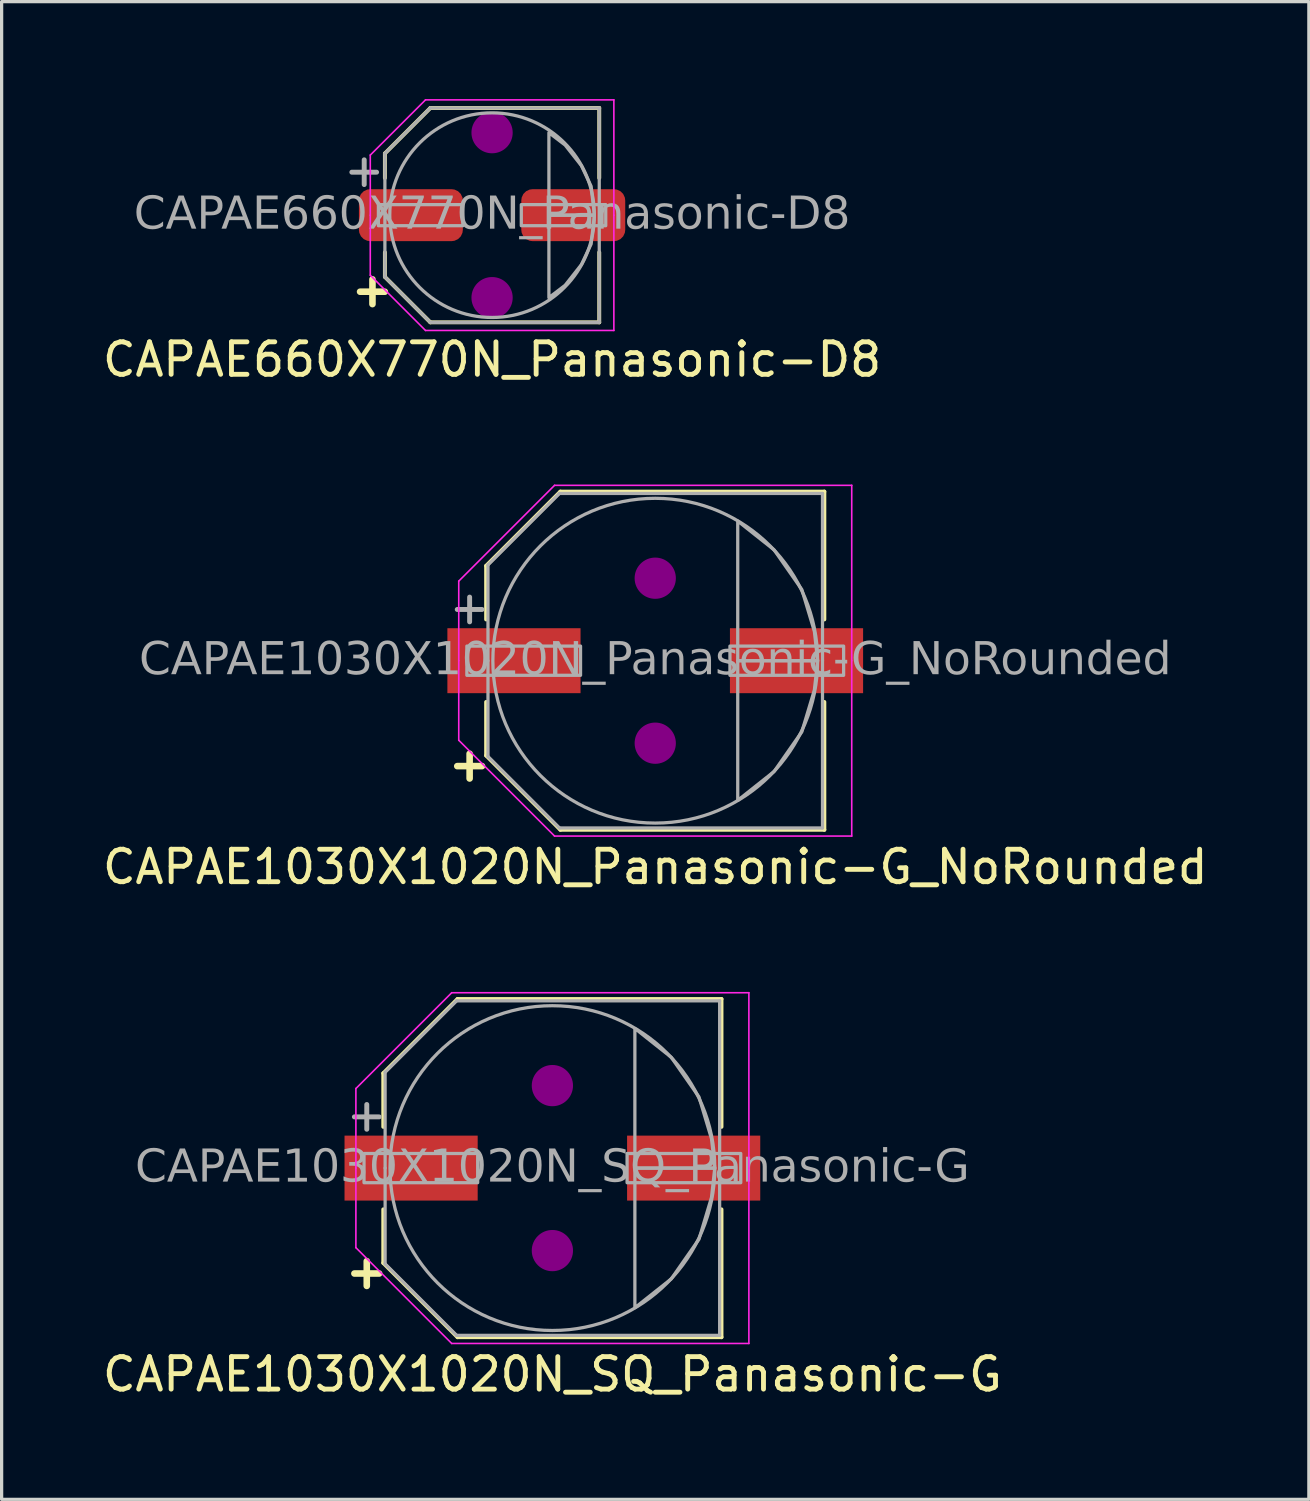
<source format=kicad_pcb>
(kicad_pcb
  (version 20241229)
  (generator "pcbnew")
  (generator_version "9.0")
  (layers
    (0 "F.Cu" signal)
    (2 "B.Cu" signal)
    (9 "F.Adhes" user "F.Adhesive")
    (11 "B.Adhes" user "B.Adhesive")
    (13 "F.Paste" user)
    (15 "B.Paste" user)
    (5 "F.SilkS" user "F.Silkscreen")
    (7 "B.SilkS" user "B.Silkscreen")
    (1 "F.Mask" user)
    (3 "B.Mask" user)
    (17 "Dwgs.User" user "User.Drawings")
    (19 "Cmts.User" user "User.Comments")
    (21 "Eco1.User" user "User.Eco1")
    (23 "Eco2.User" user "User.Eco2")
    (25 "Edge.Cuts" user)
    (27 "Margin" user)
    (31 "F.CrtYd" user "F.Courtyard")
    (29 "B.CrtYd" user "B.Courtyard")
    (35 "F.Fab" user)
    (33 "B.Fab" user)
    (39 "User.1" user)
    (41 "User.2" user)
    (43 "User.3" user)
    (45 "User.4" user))
  (footprint "CAPAE1030X1020N_Panasonic-G_NoRounded"
    (layer "F.Cu")
    (at 17.125 17.293)
    (property "Reference" "CAPAE1030X1020N_Panasonic-G_NoRounded" (at 0 6.35 0) (layer "F.SilkS") (effects (font (size 1 1) (thickness 0.15))))
    (attr smd)
    (fp_line (start -5.207 -2.921) (end -2.921 -5.207) (stroke (width 0.12) (type default)) (layer "F.SilkS"))
    (fp_line (start -5.207 -1.27) (end -5.207 -2.921) (stroke (width 0.12) (type default)) (layer "F.SilkS"))
    (fp_line (start -5.207 1.27) (end -5.207 2.921) (stroke (width 0.12) (type default)) (layer "F.SilkS"))
    (fp_line (start -5.207 2.921) (end -2.921 5.207) (stroke (width 0.12) (type default)) (layer "F.SilkS"))
    (fp_line (start -2.921 -5.207) (end 5.207 -5.207) (stroke (width 0.12) (type solid)) (layer "F.SilkS"))
    (fp_line (start -2.921 5.207) (end 5.207 5.207) (stroke (width 0.12) (type solid)) (layer "F.SilkS"))
    (fp_line (start 5.207 -1.27) (end 5.207 -5.207) (stroke (width 0.12) (type solid)) (layer "F.SilkS"))
    (fp_line (start 5.207 1.27) (end 5.207 5.207) (stroke (width 0.12) (type solid)) (layer "F.SilkS"))
    (fp_circle (center 0 -2.54) (end 0.635 -2.54) (stroke (width 0) (type solid)) (fill yes) (layer "F.Adhes"))
    (fp_circle (center 0 2.54) (end 0.635 2.54) (stroke (width 0) (type solid)) (fill yes) (layer "F.Adhes"))
    (fp_line (start -6.05 -2.45) (end -6.05 0) (stroke (width 0.05) (type solid)) (layer "F.CrtYd"))
    (fp_line (start -6.05 2.45) (end -6.05 0) (stroke (width 0.05) (type solid)) (layer "F.CrtYd"))
    (fp_line (start -3.1 -5.4) (end -6.05 -2.45) (stroke (width 0.05) (type default)) (layer "F.CrtYd"))
    (fp_line (start -3.1 -5.4) (end 6.05 -5.4) (stroke (width 0.05) (type solid)) (layer "F.CrtYd"))
    (fp_line (start -3.1 5.4) (end -6.05 2.45) (stroke (width 0.05) (type default)) (layer "F.CrtYd"))
    (fp_line (start -3.1 5.4) (end 6.05 5.4) (stroke (width 0.05) (type solid)) (layer "F.CrtYd"))
    (fp_line (start 6.05 -5.4) (end 6.05 0) (stroke (width 0.05) (type solid)) (layer "F.CrtYd"))
    (fp_line (start 6.05 5.4) (end 6.05 0) (stroke (width 0.05) (type solid)) (layer "F.CrtYd"))
    (fp_line (start -5.15 -2.95) (end -5.15 0) (stroke (width 0.1) (type solid)) (layer "F.Fab"))
    (fp_line (start -5.15 2.95) (end -5.15 0) (stroke (width 0.1) (type solid)) (layer "F.Fab"))
    (fp_line (start -2.95 -5.15) (end -5.15 -2.95) (stroke (width 0.1) (type solid)) (layer "F.Fab"))
    (fp_line (start -2.95 -5.15) (end 5.15 -5.15) (stroke (width 0.1) (type solid)) (layer "F.Fab"))
    (fp_line (start -2.95 5.15) (end -5.15 2.95) (stroke (width 0.1) (type solid)) (layer "F.Fab"))
    (fp_line (start -2.95 5.15) (end 5.15 5.15) (stroke (width 0.1) (type solid)) (layer "F.Fab"))
    (fp_line (start 5.15 -5.15) (end 5.15 0) (stroke (width 0.1) (type solid)) (layer "F.Fab"))
    (fp_line (start 5.15 5.15) (end 5.15 0) (stroke (width 0.1) (type solid)) (layer "F.Fab"))
    (fp_rect (start -5.8 0.45) (end -2.3 -0.45) (stroke (width 0.1) (type solid)) (fill no) (layer "F.Fab"))
    (fp_rect (start 2.3 0.45) (end 5.8 -0.45) (stroke (width 0.1) (type solid)) (fill no) (layer "F.Fab"))
    (fp_circle (center 0 0) (end 5 0) (stroke (width 0.1) (type default)) (fill no) (layer "F.Fab"))
    (fp_poly (pts (xy 2.54 -4.3) (xy 3.66 -3.412) (xy 4.513 -2.191) (xy 4.9 -0.9) (xy 5 0) (xy 2.54 0)) (stroke (width 0.1) (type solid)) (fill no) (layer "F.Fab"))
    (fp_poly (pts (xy 2.54 4.3) (xy 3.66 3.412) (xy 4.513 2.191) (xy 4.9 0.9) (xy 5 0) (xy 2.54 0)) (stroke (width 0.1) (type solid)) (fill no) (layer "F.Fab"))
    (fp_text user "+" (at -5.715 3.175 0) (unlocked yes) (layer "F.SilkS") (effects (font (size 1 1) (thickness 0.203) (bold yes))))
    (fp_text user "${REFERENCE}" (at 0 0 0) (layer "F.Fab") (effects (font (face "Tahoma") (size 1 1) (thickness 0.15))))
    (fp_text user "+" (at -5.715 -1.651 0) (unlocked yes) (layer "F.Fab") (effects (font (size 1 1) (thickness 0.152))))
    (pad "1" smd rect (at -4.35 0) (size 4.1 2) (layers "F.Cu" "F.Mask" "F.Paste"))
    (pad "2" smd rect (at 4.35 0) (size 4.1 2) (layers "F.Cu" "F.Mask" "F.Paste")))
  (footprint "CAPAE1030X1020N_SQ_Panasonic-G"
    (layer "F.Cu")
    (at 13.958 32.916)
    (property "Reference" "CAPAE1030X1020N_SQ_Panasonic-G" (at 0 6.35 0) (layer "F.SilkS") (effects (font (size 1 1) (thickness 0.15))))
    (attr smd)
    (fp_line (start -5.207 -2.921) (end -2.921 -5.207) (stroke (width 0.12) (type default)) (layer "F.SilkS"))
    (fp_line (start -5.207 -1.27) (end -5.207 -2.921) (stroke (width 0.12) (type default)) (layer "F.SilkS"))
    (fp_line (start -5.207 1.27) (end -5.207 2.921) (stroke (width 0.12) (type default)) (layer "F.SilkS"))
    (fp_line (start -5.207 2.921) (end -2.921 5.207) (stroke (width 0.12) (type default)) (layer "F.SilkS"))
    (fp_line (start -2.921 -5.207) (end 5.207 -5.207) (stroke (width 0.12) (type solid)) (layer "F.SilkS"))
    (fp_line (start -2.921 5.207) (end 5.207 5.207) (stroke (width 0.12) (type solid)) (layer "F.SilkS"))
    (fp_line (start 5.207 -1.27) (end 5.207 -5.207) (stroke (width 0.12) (type solid)) (layer "F.SilkS"))
    (fp_line (start 5.207 1.27) (end 5.207 5.207) (stroke (width 0.12) (type solid)) (layer "F.SilkS"))
    (fp_circle (center 0 -2.54) (end 0.635 -2.54) (stroke (width 0) (type solid)) (fill yes) (layer "F.Adhes"))
    (fp_circle (center 0 2.54) (end 0.635 2.54) (stroke (width 0) (type solid)) (fill yes) (layer "F.Adhes"))
    (fp_line (start -6.05 -2.45) (end -6.05 0) (stroke (width 0.05) (type solid)) (layer "F.CrtYd"))
    (fp_line (start -6.05 2.45) (end -6.05 0) (stroke (width 0.05) (type solid)) (layer "F.CrtYd"))
    (fp_line (start -3.1 -5.4) (end -6.05 -2.45) (stroke (width 0.05) (type default)) (layer "F.CrtYd"))
    (fp_line (start -3.1 -5.4) (end 6.05 -5.4) (stroke (width 0.05) (type solid)) (layer "F.CrtYd"))
    (fp_line (start -3.1 5.4) (end -6.05 2.45) (stroke (width 0.05) (type default)) (layer "F.CrtYd"))
    (fp_line (start -3.1 5.4) (end 6.05 5.4) (stroke (width 0.05) (type solid)) (layer "F.CrtYd"))
    (fp_line (start 6.05 -5.4) (end 6.05 0) (stroke (width 0.05) (type solid)) (layer "F.CrtYd"))
    (fp_line (start 6.05 5.4) (end 6.05 0) (stroke (width 0.05) (type solid)) (layer "F.CrtYd"))
    (fp_line (start -5.15 -2.95) (end -5.15 0) (stroke (width 0.1) (type solid)) (layer "F.Fab"))
    (fp_line (start -5.15 2.95) (end -5.15 0) (stroke (width 0.1) (type solid)) (layer "F.Fab"))
    (fp_line (start -2.95 -5.15) (end -5.15 -2.95) (stroke (width 0.1) (type solid)) (layer "F.Fab"))
    (fp_line (start -2.95 -5.15) (end 5.15 -5.15) (stroke (width 0.1) (type solid)) (layer "F.Fab"))
    (fp_line (start -2.95 5.15) (end -5.15 2.95) (stroke (width 0.1) (type solid)) (layer "F.Fab"))
    (fp_line (start -2.95 5.15) (end 5.15 5.15) (stroke (width 0.1) (type solid)) (layer "F.Fab"))
    (fp_line (start 5.15 -5.15) (end 5.15 0) (stroke (width 0.1) (type solid)) (layer "F.Fab"))
    (fp_line (start 5.15 5.15) (end 5.15 0) (stroke (width 0.1) (type solid)) (layer "F.Fab"))
    (fp_rect (start -5.8 0.45) (end -2.3 -0.45) (stroke (width 0.1) (type solid)) (fill no) (layer "F.Fab"))
    (fp_rect (start 2.3 0.45) (end 5.8 -0.45) (stroke (width 0.1) (type solid)) (fill no) (layer "F.Fab"))
    (fp_circle (center 0 0) (end 5 0) (stroke (width 0.1) (type default)) (fill no) (layer "F.Fab"))
    (fp_poly (pts (xy 2.54 -4.3) (xy 3.66 -3.412) (xy 4.513 -2.191) (xy 4.9 -0.9) (xy 5 0) (xy 2.54 0)) (stroke (width 0.1) (type solid)) (fill no) (layer "F.Fab"))
    (fp_poly (pts (xy 2.54 4.3) (xy 3.66 3.412) (xy 4.513 2.191) (xy 4.9 0.9) (xy 5 0) (xy 2.54 0)) (stroke (width 0.1) (type solid)) (fill no) (layer "F.Fab"))
    (fp_text user "+" (at -5.715 3.175 0) (unlocked yes) (layer "F.SilkS") (effects (font (size 1 1) (thickness 0.203) (bold yes))))
    (fp_text user "${REFERENCE}" (at 0 0 0) (layer "F.Fab") (effects (font (face "Tahoma") (size 1 1) (thickness 0.15))))
    (fp_text user "+" (at -5.715 -1.651 0) (unlocked yes) (layer "F.Fab") (effects (font (size 1 1) (thickness 0.152))))
    (pad "1" smd rect (at -4.35 0) (size 4.1 2) (layers "F.Cu" "F.Mask" "F.Paste"))
    (pad "2" smd rect (at 4.35 0) (size 4.1 2) (layers "F.Cu" "F.Mask" "F.Paste")))
  (footprint "CAPAE660X770N_Panasonic-D8"
    (layer "F.Cu")
    (at 12.101 3.575)
    (property "Reference" "CAPAE660X770N_Panasonic-D8" (at 0 4.445 0) (layer "F.SilkS") (effects (font (size 1 1) (thickness 0.15))))
    (attr smd)
    (fp_line (start -3.3 -1.9) (end -1.9 -3.3) (stroke (width 0.12) (type default)) (layer "F.SilkS"))
    (fp_line (start -3.3 -1.143) (end -3.3 -1.9) (stroke (width 0.12) (type default)) (layer "F.SilkS"))
    (fp_line (start -3.3 1.9) (end -3.3 1.143) (stroke (width 0.12) (type default)) (layer "F.SilkS"))
    (fp_line (start -3.3 1.9) (end -1.9 3.3) (stroke (width 0.12) (type default)) (layer "F.SilkS"))
    (fp_line (start -1.9 -3.3) (end 3.3 -3.3) (stroke (width 0.12) (type solid)) (layer "F.SilkS"))
    (fp_line (start -1.9 3.3) (end 3.3 3.3) (stroke (width 0.12) (type solid)) (layer "F.SilkS"))
    (fp_line (start 3.3 -1.143) (end 3.3 -3.3) (stroke (width 0.12) (type solid)) (layer "F.SilkS"))
    (fp_line (start 3.3 3.3) (end 3.3 1.143) (stroke (width 0.12) (type solid)) (layer "F.SilkS"))
    (fp_circle (center 0 -2.54) (end 0.635 -2.54) (stroke (width 0) (type solid)) (fill yes) (layer "F.Adhes"))
    (fp_circle (center 0 2.54) (end 0.635 2.54) (stroke (width 0) (type solid)) (fill yes) (layer "F.Adhes"))
    (fp_line (start -3.75 -1.85) (end -3.75 0) (stroke (width 0.05) (type solid)) (layer "F.CrtYd"))
    (fp_line (start -3.75 -1.85) (end -2.05 -3.55) (stroke (width 0.05) (type solid)) (layer "F.CrtYd"))
    (fp_line (start -3.75 1.85) (end -3.75 0) (stroke (width 0.05) (type solid)) (layer "F.CrtYd"))
    (fp_line (start -3.75 1.85) (end -2.05 3.55) (stroke (width 0.05) (type solid)) (layer "F.CrtYd"))
    (fp_line (start -2.05 -3.55) (end 3.75 -3.55) (stroke (width 0.05) (type solid)) (layer "F.CrtYd"))
    (fp_line (start -2.05 3.55) (end 3.75 3.55) (stroke (width 0.05) (type solid)) (layer "F.CrtYd"))
    (fp_line (start 3.75 -3.55) (end 3.75 0) (stroke (width 0.05) (type solid)) (layer "F.CrtYd"))
    (fp_line (start 3.75 3.55) (end 3.75 0) (stroke (width 0.05) (type solid)) (layer "F.CrtYd"))
    (fp_line (start -3.3 -1.9) (end -3.3 1.9) (stroke (width 0.1) (type solid)) (layer "F.Fab"))
    (fp_line (start -3.3 -1.9) (end -1.9 -3.3) (stroke (width 0.1) (type default)) (layer "F.Fab"))
    (fp_line (start -3.3 1.9) (end -1.9 3.3) (stroke (width 0.1) (type default)) (layer "F.Fab"))
    (fp_line (start -1.9 -3.3) (end 3.3 -3.3) (stroke (width 0.1) (type solid)) (layer "F.Fab"))
    (fp_line (start -1.9 3.3) (end 3.3 3.3) (stroke (width 0.1) (type solid)) (layer "F.Fab"))
    (fp_line (start 3.3 -3.3) (end 3.3 3.3) (stroke (width 0.1) (type solid)) (layer "F.Fab"))
    (fp_rect (start -3.5 0.325) (end -0.9 -0.325) (stroke (width 0.1) (type solid)) (fill no) (layer "F.Fab"))
    (fp_rect (start 3.5 0.325) (end 0.9 -0.325) (stroke (width 0.1) (type solid)) (fill no) (layer "F.Fab"))
    (fp_circle (center 0 0) (end 3.15 0) (stroke (width 0.1) (type default)) (fill no) (layer "F.Fab"))
    (fp_poly (pts (xy 1.75 -2.54) (xy 2.25 -2.159) (xy 2.75 -1.524) (xy 3.05 -0.889) (xy 3.15 0) (xy 1.75 0)) (stroke (width 0.1) (type solid)) (fill no) (layer "F.Fab"))
    (fp_poly (pts (xy 1.75 2.54) (xy 2.25 2.159) (xy 2.75 1.524) (xy 3.05 0.889) (xy 3.15 0) (xy 1.75 0)) (stroke (width 0.1) (type solid)) (fill no) (layer "F.Fab"))
    (fp_text user "+" (at -3.683 2.286 0) (unlocked yes) (layer "F.SilkS") (effects (font (size 1 1) (thickness 0.203) (bold yes))))
    (fp_text user "${REFERENCE}" (at 0 0 0) (layer "F.Fab") (effects (font (face "Tahoma") (size 1 1) (thickness 0.15))))
    (fp_text user "+" (at -3.937 -1.397 0) (unlocked yes) (layer "F.Fab") (effects (font (size 1 1) (thickness 0.152))))
    (pad "1" smd roundrect (at -2.5 0) (size 3.2 1.6) (layers "F.Cu" "F.Mask" "F.Paste") (roundrect_rratio 0.217))
    (pad "2" smd roundrect (at 2.5 0) (size 3.2 1.6) (layers "F.Cu" "F.Mask" "F.Paste") (roundrect_rratio 0.217)))
  (gr_rect
    (start -3 -3)
    (end 37.25 43.115)
    (stroke (width 0.1) (type default))
    (fill no)
    (layer "Edge.Cuts")))
</source>
